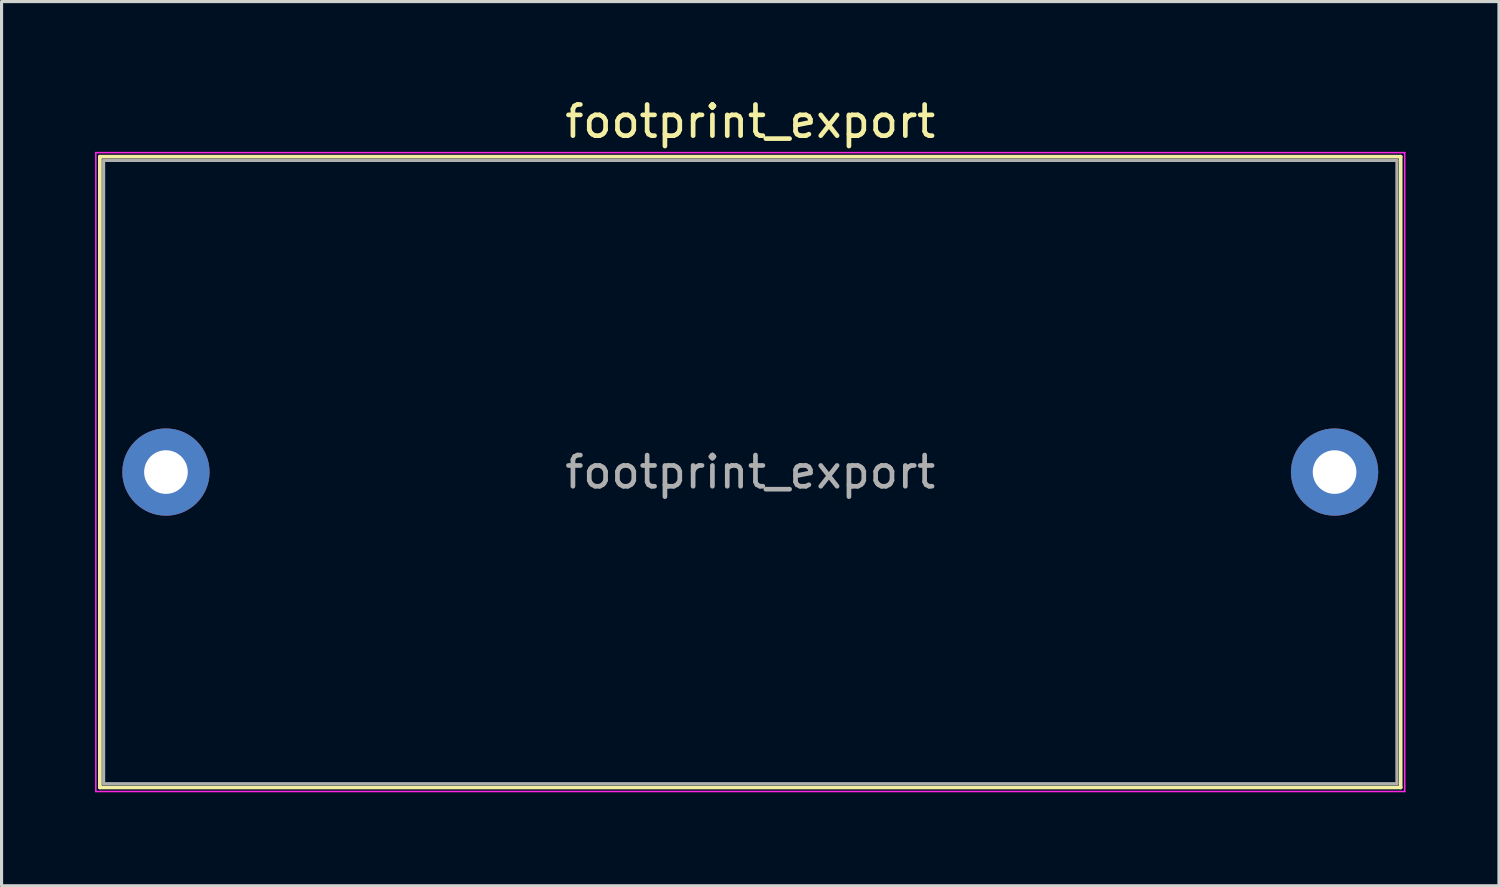
<source format=kicad_pcb>
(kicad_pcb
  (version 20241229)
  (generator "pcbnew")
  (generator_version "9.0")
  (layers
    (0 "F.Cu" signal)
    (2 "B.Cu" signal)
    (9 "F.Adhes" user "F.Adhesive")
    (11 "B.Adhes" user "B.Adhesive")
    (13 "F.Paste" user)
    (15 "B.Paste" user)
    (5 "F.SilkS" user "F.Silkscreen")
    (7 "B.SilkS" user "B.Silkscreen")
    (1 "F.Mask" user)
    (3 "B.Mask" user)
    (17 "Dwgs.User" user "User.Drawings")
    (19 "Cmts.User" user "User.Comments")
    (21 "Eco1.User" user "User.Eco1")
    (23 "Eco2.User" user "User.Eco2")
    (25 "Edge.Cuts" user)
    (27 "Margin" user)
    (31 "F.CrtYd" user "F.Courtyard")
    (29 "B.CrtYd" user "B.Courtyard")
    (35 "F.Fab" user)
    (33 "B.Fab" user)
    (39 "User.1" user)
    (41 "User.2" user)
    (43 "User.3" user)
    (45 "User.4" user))
  (footprint "footprint_export"
    (layer "F.Cu")
    (at 2.275 12.098)
    (property "Reference" "footprint_export" (at 18.75 -11.25 0) (layer "F.SilkS") (effects (font (size 1 1) (thickness 0.15))))
    (attr through_hole)
    (fp_line (start -2.12 -10.12) (end -2.12 10.12) (stroke (width 0.12) (type solid)) (layer "F.SilkS"))
    (fp_line (start -2.12 -10.12) (end 39.62 -10.12) (stroke (width 0.12) (type solid)) (layer "F.SilkS"))
    (fp_line (start -2.12 10.12) (end 39.62 10.12) (stroke (width 0.12) (type solid)) (layer "F.SilkS"))
    (fp_line (start 39.62 -10.12) (end 39.62 10.12) (stroke (width 0.12) (type solid)) (layer "F.SilkS"))
    (fp_line (start -2.25 -10.25) (end -2.25 10.25) (stroke (width 0.05) (type solid)) (layer "F.CrtYd"))
    (fp_line (start -2.25 10.25) (end 39.75 10.25) (stroke (width 0.05) (type solid)) (layer "F.CrtYd"))
    (fp_line (start 39.75 -10.25) (end -2.25 -10.25) (stroke (width 0.05) (type solid)) (layer "F.CrtYd"))
    (fp_line (start 39.75 10.25) (end 39.75 -10.25) (stroke (width 0.05) (type solid)) (layer "F.CrtYd"))
    (fp_line (start -2 -10) (end -2 10) (stroke (width 0.1) (type solid)) (layer "F.Fab"))
    (fp_line (start -2 10) (end 39.5 10) (stroke (width 0.1) (type solid)) (layer "F.Fab"))
    (fp_line (start 39.5 -10) (end -2 -10) (stroke (width 0.1) (type solid)) (layer "F.Fab"))
    (fp_line (start 39.5 10) (end 39.5 -10) (stroke (width 0.1) (type solid)) (layer "F.Fab"))
    (fp_text user "${REFERENCE}" (at 18.75 0 0) (layer "F.Fab") (effects (font (size 1 1) (thickness 0.15))))
    (pad "1" thru_hole circle (at 0 0) (size 2.8 2.8) (drill 1.4) (layers "*.Cu" "*.Mask"))
    (pad "2" thru_hole circle (at 37.5 0) (size 2.8 2.8) (drill 1.4) (layers "*.Cu" "*.Mask")))
  (gr_rect
    (start -3 -3)
    (end 45.05 25.373)
    (stroke (width 0.1) (type default))
    (fill no)
    (layer "Edge.Cuts")))
</source>
